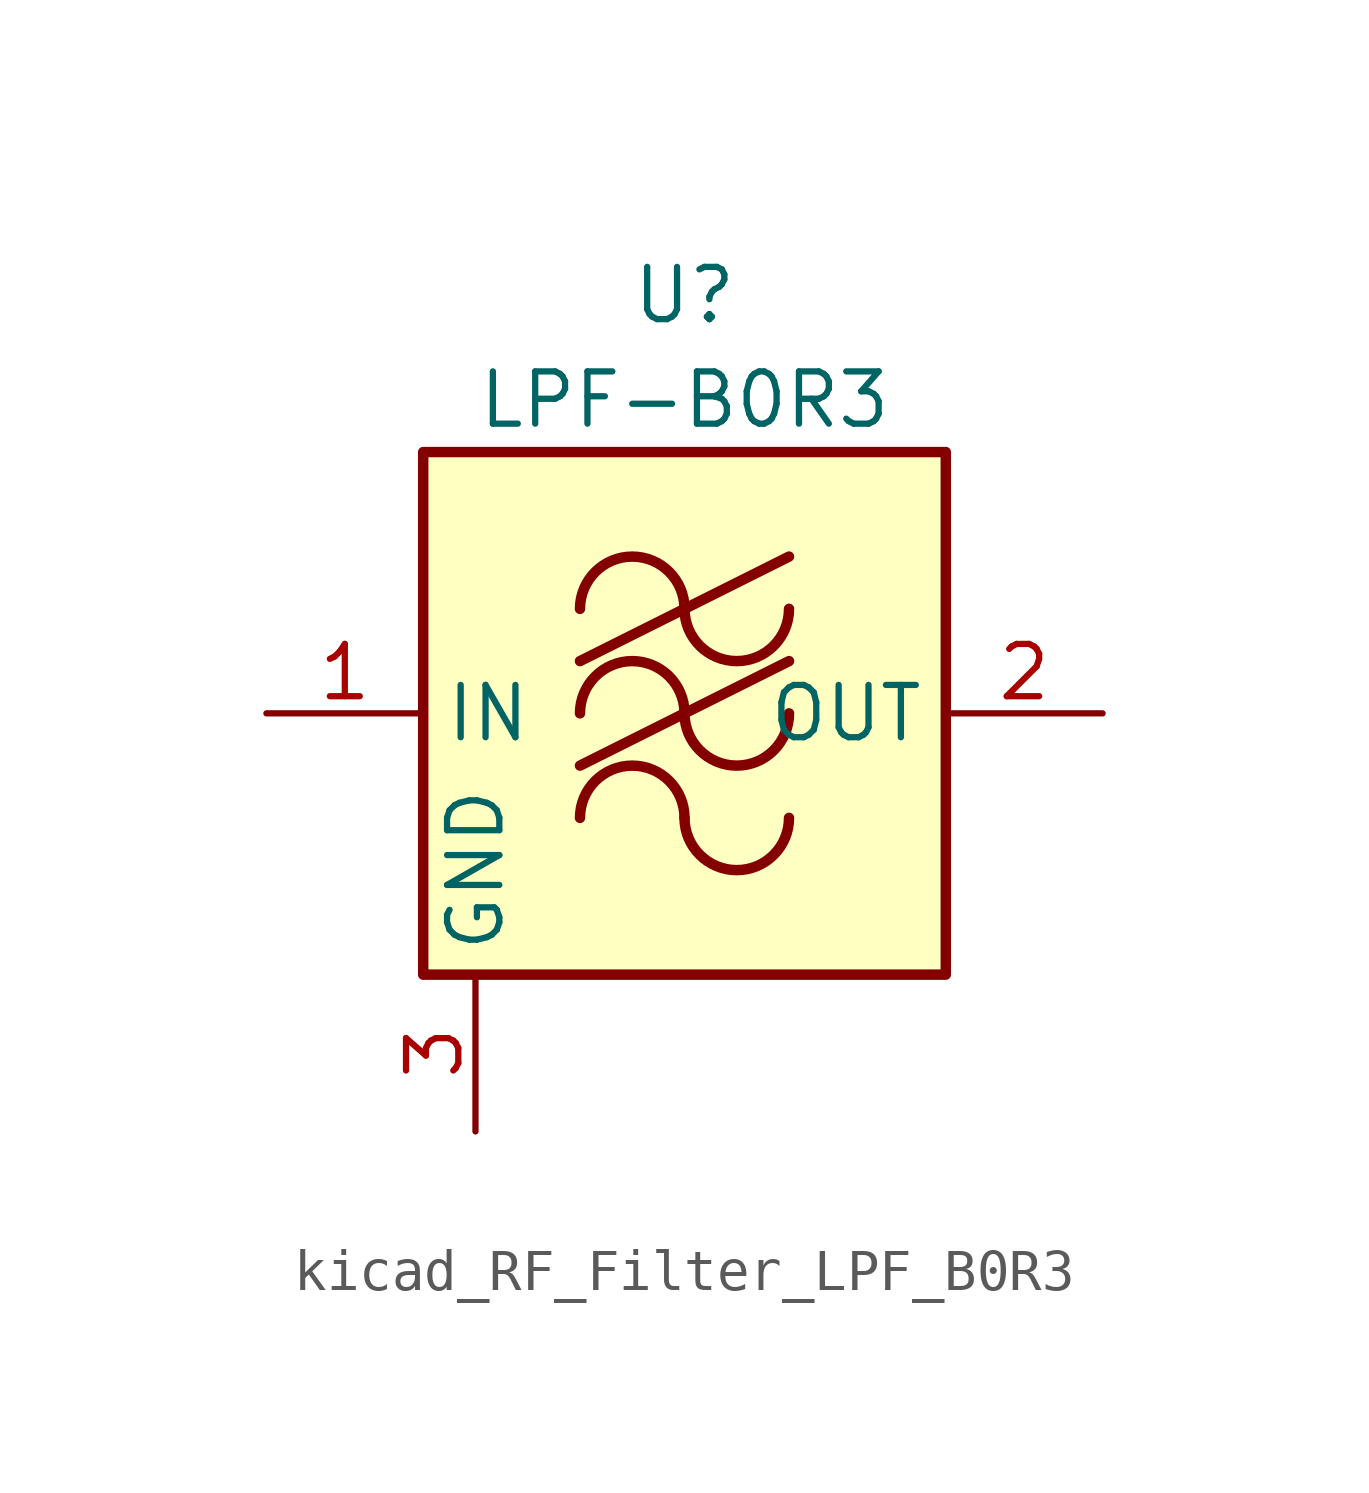
<source format=kicad_sym>
(kicad_symbol_lib
  (version 20220914)
  (generator kicad_symbol_editor)
  (symbol "kicad_RF_Filter_LPF_B0R3"
    (property "Reference" "U"
      (at 0 10.16 0)
      (effects (font (size 1.27 1.27))))
    (property "Value" "LPF-B0R3"
      (at 0 7.62 0)
      (effects (font (size 1.27 1.27))))
    (symbol "kicad_RF_Filter_LPF_B0R3_0_1"
      (rectangle (start -6.35 6.35) (end 6.35 -6.35) (stroke (width 0.254) (type default)) (fill (type background)))
      (arc (start 0 -2.54) (mid -1.27 -1.2755) (end -2.54 -2.54) (stroke (width 0.254) (type default)) (fill (type none)))
      (arc (start 0 -2.54) (mid 1.27 -3.8045) (end 2.54 -2.54) (stroke (width 0.254) (type default)) (fill (type none)))
      (arc (start 0 0) (mid -1.27 1.2645) (end -2.54 0) (stroke (width 0.254) (type default)) (fill (type none)))
      (polyline (pts (xy -2.54 -1.27) (xy 2.54 1.27)) (stroke (width 0.254) (type default)) (fill (type none)))
      (polyline (pts (xy -2.54 1.27) (xy 2.54 3.81)) (stroke (width 0.254) (type default)) (fill (type none)))
      (arc (start 0 0) (mid 1.27 -1.2645) (end 2.54 0) (stroke (width 0.254) (type default)) (fill (type none)))
      (arc (start 0 2.54) (mid -1.27 3.8045) (end -2.54 2.54) (stroke (width 0.254) (type default)) (fill (type none)))
      (arc (start 0 2.54) (mid 1.27 1.2755) (end 2.54 2.54) (stroke (width 0.254) (type default)) (fill (type none))))
    (symbol "kicad_RF_Filter_LPF_B0R3_1_1"
      (pin input line (at -10.16 0 0) (length 3.81) (name "IN" (effects (font (size 1.27 1.27)))) (number "1" (effects (font (size 1.27 1.27)))))
      (pin output line (at 10.16 0 180) (length 3.81) (name "OUT" (effects (font (size 1.27 1.27)))) (number "2" (effects (font (size 1.27 1.27)))))
      (pin power_in line (at -5.08 -10.16 90) (length 3.81) (name "GND" (effects (font (size 1.27 1.27)))) (number "3" (effects (font (size 1.27 1.27)))))
      (pin passive line (at -5.08 -10.16 90) (length 3.81) hide (name "GND" (effects (font (size 1.27 1.27)))) (number "4" (effects (font (size 1.27 1.27)))))
      (pin passive line (at -5.08 -10.16 90) (length 3.81) hide (name "GND" (effects (font (size 1.27 1.27)))) (number "5" (effects (font (size 1.27 1.27)))))
      (pin passive line (at -5.08 -10.16 90) (length 3.81) hide (name "GND" (effects (font (size 1.27 1.27)))) (number "6" (effects (font (size 1.27 1.27))))))))
</source>
